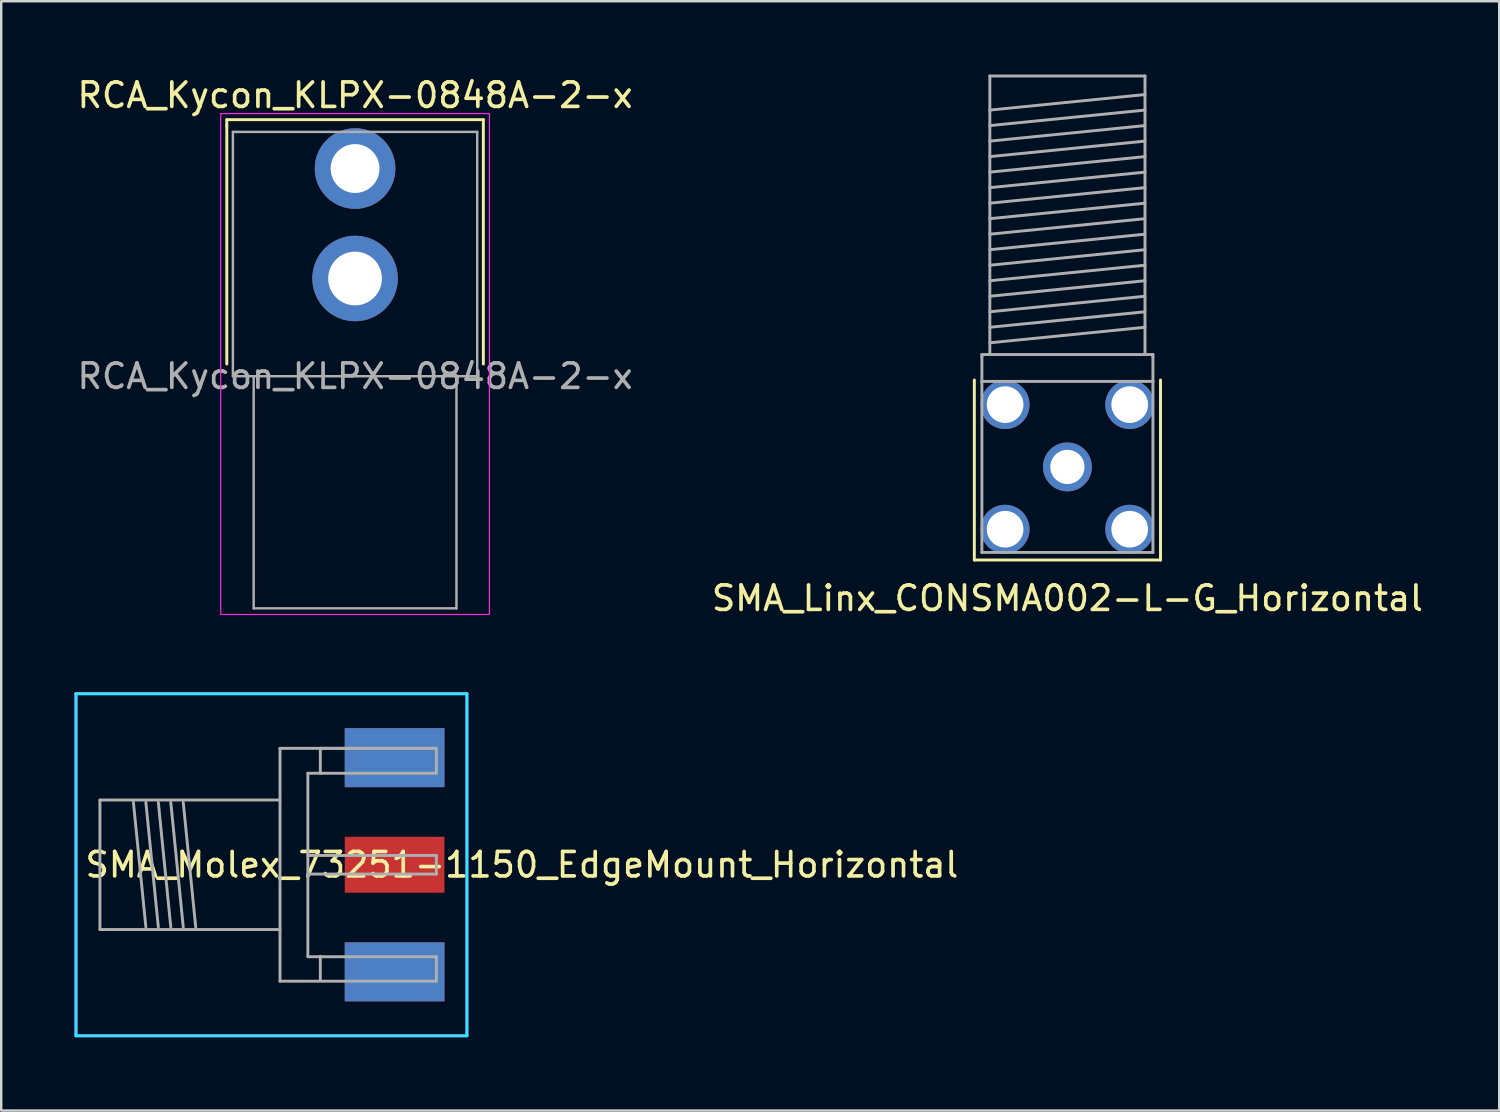
<source format=kicad_pcb>
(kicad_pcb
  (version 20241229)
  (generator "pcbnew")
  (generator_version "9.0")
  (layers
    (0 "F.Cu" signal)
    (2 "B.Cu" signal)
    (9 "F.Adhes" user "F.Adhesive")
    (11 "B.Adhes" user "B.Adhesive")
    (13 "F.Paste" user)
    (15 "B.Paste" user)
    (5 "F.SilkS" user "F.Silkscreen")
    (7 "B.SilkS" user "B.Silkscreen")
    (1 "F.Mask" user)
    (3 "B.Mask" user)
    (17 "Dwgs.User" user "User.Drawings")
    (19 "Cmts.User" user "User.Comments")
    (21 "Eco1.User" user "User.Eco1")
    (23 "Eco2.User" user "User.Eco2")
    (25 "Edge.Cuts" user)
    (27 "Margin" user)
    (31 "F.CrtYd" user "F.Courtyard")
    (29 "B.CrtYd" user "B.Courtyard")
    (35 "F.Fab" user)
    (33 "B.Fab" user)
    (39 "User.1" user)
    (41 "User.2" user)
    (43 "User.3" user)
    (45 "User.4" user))
  (footprint "SMA_Molex_73251-1150_EdgeMount_Horizontal"
    (layer "F.Cu")
    (at 10.06 32.343)
    (property "Reference" "SMA_Molex_73251-1150_EdgeMount_Horizontal" (at 8.25 0 0) (layer "F.SilkS") (effects (font (size 1 1) (thickness 0.15))))
    (attr smd)
    (fp_line (start -10 -7) (end 6 -7) (stroke (width 0.12) (type solid)) (layer "B.CrtYd"))
    (fp_line (start -10 7) (end -10 -7) (stroke (width 0.12) (type solid)) (layer "B.CrtYd"))
    (fp_line (start 6 -7) (end 6 7) (stroke (width 0.12) (type solid)) (layer "B.CrtYd"))
    (fp_line (start 6 7) (end -10 7) (stroke (width 0.12) (type solid)) (layer "B.CrtYd"))
    (fp_line (start -10 -7) (end -10 7) (stroke (width 0.12) (type solid)) (layer "F.CrtYd"))
    (fp_line (start -10 7) (end 6 7) (stroke (width 0.12) (type solid)) (layer "F.CrtYd"))
    (fp_line (start 6 -7) (end -10 -7) (stroke (width 0.12) (type solid)) (layer "F.CrtYd"))
    (fp_line (start 6 7) (end 6 -7) (stroke (width 0.12) (type solid)) (layer "F.CrtYd"))
    (fp_line (start -9.02 -2.65) (end -9.02 2.65) (stroke (width 0.12) (type solid)) (layer "F.Fab"))
    (fp_line (start -9.02 2.65) (end -1.65 2.65) (stroke (width 0.12) (type solid)) (layer "F.Fab"))
    (fp_line (start -7.14 2.55) (end -7.65 -2.55) (stroke (width 0.12) (type solid)) (layer "F.Fab"))
    (fp_line (start -6.63 2.55) (end -7.14 -2.55) (stroke (width 0.12) (type solid)) (layer "F.Fab"))
    (fp_line (start -6.12 2.55) (end -6.63 -2.55) (stroke (width 0.12) (type solid)) (layer "F.Fab"))
    (fp_line (start -5.61 2.55) (end -6.12 -2.55) (stroke (width 0.12) (type solid)) (layer "F.Fab"))
    (fp_line (start -5.1 2.55) (end -5.61 -2.55) (stroke (width 0.12) (type solid)) (layer "F.Fab"))
    (fp_line (start -1.65 -4.765) (end 4.75 -4.765) (stroke (width 0.12) (type solid)) (layer "F.Fab"))
    (fp_line (start -1.65 -2.65) (end -9.02 -2.65) (stroke (width 0.12) (type solid)) (layer "F.Fab"))
    (fp_line (start -1.65 4.765) (end -1.65 -4.765) (stroke (width 0.12) (type solid)) (layer "F.Fab"))
    (fp_line (start -1.65 4.765) (end 4.75 4.765) (stroke (width 0.12) (type solid)) (layer "F.Fab"))
    (fp_line (start -0.51 -0.38) (end 4.75 -0.38) (stroke (width 0.12) (type solid)) (layer "F.Fab"))
    (fp_line (start -0.51 0.38) (end 4.75 0.38) (stroke (width 0.12) (type solid)) (layer "F.Fab"))
    (fp_line (start -0.51 3.745) (end -0.51 -3.745) (stroke (width 0.12) (type solid)) (layer "F.Fab"))
    (fp_line (start -0.51 3.765) (end 4.75 3.765) (stroke (width 0.12) (type solid)) (layer "F.Fab"))
    (fp_line (start 0 -4.765) (end 0 -3.745) (stroke (width 0.12) (type solid)) (layer "F.Fab"))
    (fp_line (start 0 -4.765) (end 4.75 -4.765) (stroke (width 0.12) (type solid)) (layer "F.Fab"))
    (fp_line (start 0 4.75) (end 0 3.745) (stroke (width 0.12) (type solid)) (layer "F.Fab"))
    (fp_line (start 4.75 -4.765) (end 4.75 -3.745) (stroke (width 0.12) (type solid)) (layer "F.Fab"))
    (fp_line (start 4.75 -3.745) (end -0.51 -3.745) (stroke (width 0.12) (type solid)) (layer "F.Fab"))
    (fp_line (start 4.75 -0.38) (end 4.75 0.38) (stroke (width 0.12) (type solid)) (layer "F.Fab"))
    (fp_line (start 4.75 3.765) (end 4.75 4.765) (stroke (width 0.12) (type solid)) (layer "F.Fab"))
    (pad "1" smd rect (at 1 0) (size 4.08 2.29) (drill (offset 2.04 0)) (layers "F.Cu" "F.Mask" "F.Paste"))
    (pad "2" smd rect (at 1 -4.383) (size 4.08 2.415) (drill (offset 2.04 0)) (layers "F.Cu" "F.Mask" "F.Paste"))
    (pad "2" smd rect (at 1 -4.383) (size 4.08 2.415) (drill (offset 2.04 0)) (layers "F.Mask" "B.Cu" "F.Paste"))
    (pad "2" smd rect (at 1 4.383) (size 4.08 2.415) (drill (offset 2.04 0)) (layers "F.Cu" "F.Mask" "F.Paste"))
    (pad "2" smd rect (at 1 4.383) (size 4.08 2.415) (drill (offset 2.04 0)) (layers "F.Mask" "B.Cu" "F.Paste")))
  (footprint "SMA_Linx_CONSMA002-L-G_Horizontal"
    (layer "F.Cu")
    (at 40.637 16.06)
    (property "Reference" "SMA_Linx_CONSMA002-L-G_Horizontal" (at 0 5.375 0) (layer "F.SilkS") (effects (font (size 1 1) (thickness 0.15))))
    (fp_line (start -3.81 -3.556) (end -3.81 3.81) (stroke (width 0.12) (type solid)) (layer "F.SilkS"))
    (fp_line (start -3.81 3.81) (end 3.81 3.81) (stroke (width 0.12) (type solid)) (layer "F.SilkS"))
    (fp_line (start 3.81 3.81) (end 3.81 -3.556) (stroke (width 0.12) (type solid)) (layer "F.SilkS"))
    (fp_line (start -3.5 -4.6) (end -3.5 -4.5) (stroke (width 0.12) (type solid)) (layer "F.Fab"))
    (fp_line (start -3.5 -4.6) (end 3.5 -4.6) (stroke (width 0.12) (type solid)) (layer "F.Fab"))
    (fp_line (start -3.5 -3.5) (end -3.5 -4.5) (stroke (width 0.12) (type solid)) (layer "F.Fab"))
    (fp_line (start -3.5 -3.5) (end -3.5 3.5) (stroke (width 0.12) (type solid)) (layer "F.Fab"))
    (fp_line (start -3.5 3.5) (end 3.5 3.5) (stroke (width 0.12) (type solid)) (layer "F.Fab"))
    (fp_line (start -3.175 -16) (end 3.175 -16) (stroke (width 0.12) (type solid)) (layer "F.Fab"))
    (fp_line (start -3.175 -14.605) (end 3.175 -15.24) (stroke (width 0.12) (type solid)) (layer "F.Fab"))
    (fp_line (start -3.175 -13.97) (end 3.175 -14.605) (stroke (width 0.12) (type solid)) (layer "F.Fab"))
    (fp_line (start -3.175 -13.335) (end 3.175 -13.97) (stroke (width 0.12) (type solid)) (layer "F.Fab"))
    (fp_line (start -3.175 -12.7) (end 3.175 -13.335) (stroke (width 0.12) (type solid)) (layer "F.Fab"))
    (fp_line (start -3.175 -12.065) (end 3.175 -12.7) (stroke (width 0.12) (type solid)) (layer "F.Fab"))
    (fp_line (start -3.175 -11.43) (end 3.175 -12.065) (stroke (width 0.12) (type solid)) (layer "F.Fab"))
    (fp_line (start -3.175 -10.795) (end 3.175 -11.43) (stroke (width 0.12) (type solid)) (layer "F.Fab"))
    (fp_line (start -3.175 -10.16) (end 3.175 -10.795) (stroke (width 0.12) (type solid)) (layer "F.Fab"))
    (fp_line (start -3.175 -9.525) (end 3.175 -10.16) (stroke (width 0.12) (type solid)) (layer "F.Fab"))
    (fp_line (start -3.175 -8.89) (end 3.175 -9.525) (stroke (width 0.12) (type solid)) (layer "F.Fab"))
    (fp_line (start -3.175 -8.255) (end 3.175 -8.89) (stroke (width 0.12) (type solid)) (layer "F.Fab"))
    (fp_line (start -3.175 -7.62) (end 3.175 -8.255) (stroke (width 0.12) (type solid)) (layer "F.Fab"))
    (fp_line (start -3.175 -6.985) (end 3.175 -7.62) (stroke (width 0.12) (type solid)) (layer "F.Fab"))
    (fp_line (start -3.175 -6.35) (end 3.175 -6.985) (stroke (width 0.12) (type solid)) (layer "F.Fab"))
    (fp_line (start -3.175 -5.715) (end 3.175 -6.35) (stroke (width 0.12) (type solid)) (layer "F.Fab"))
    (fp_line (start -3.175 -5.08) (end 3.175 -5.715) (stroke (width 0.12) (type solid)) (layer "F.Fab"))
    (fp_line (start -3.175 -4.6) (end -3.175 -16) (stroke (width 0.12) (type solid)) (layer "F.Fab"))
    (fp_line (start 3.175 -16) (end 3.175 -4.6) (stroke (width 0.12) (type solid)) (layer "F.Fab"))
    (fp_line (start 3.5 -4.6) (end 3.5 -4.5) (stroke (width 0.12) (type solid)) (layer "F.Fab"))
    (fp_line (start 3.5 -4.5) (end 3.5 -3.5) (stroke (width 0.12) (type solid)) (layer "F.Fab"))
    (fp_line (start 3.5 -3.5) (end -3.5 -3.5) (stroke (width 0.12) (type solid)) (layer "F.Fab"))
    (fp_line (start 3.5 3.5) (end 3.5 -3.5) (stroke (width 0.12) (type solid)) (layer "F.Fab"))
    (pad "1" thru_hole circle (at 0 0) (size 2 2) (drill 1.4) (layers "*.Cu" "*.Mask"))
    (pad "2" thru_hole circle (at -2.55 -2.55) (size 2 2) (drill 1.5) (layers "*.Cu" "*.Mask"))
    (pad "2" thru_hole circle (at -2.55 2.55) (size 2 2) (drill 1.5) (layers "*.Cu" "*.Mask"))
    (pad "2" thru_hole circle (at 2.55 -2.55) (size 2 2) (drill 1.5) (layers "*.Cu" "*.Mask"))
    (pad "2" thru_hole circle (at 2.55 2.55) (size 2 2) (drill 1.5) (layers "*.Cu" "*.Mask")))
  (footprint "RCA_Kycon_KLPX-0848A-2-x"
    (layer "F.Cu")
    (at 11.482 12.348)
    (property "Reference" "RCA_Kycon_KLPX-0848A-2-x" (at 0 -11.5 0) (unlocked yes) (layer "F.SilkS") (effects (font (size 1 1) (thickness 0.15))))
    (attr through_hole)
    (fp_line (start -5.25 -10.5) (end 5.25 -10.5) (stroke (width 0.12) (type default)) (layer "F.SilkS"))
    (fp_line (start -5.25 -10.25) (end -5.25 -10.5) (stroke (width 0.12) (type default)) (layer "F.SilkS"))
    (fp_line (start -5.25 -0.5) (end -5.25 -10.25) (stroke (width 0.12) (type default)) (layer "F.SilkS"))
    (fp_line (start 5.25 -10.5) (end 5.25 -0.5) (stroke (width 0.12) (type default)) (layer "F.SilkS"))
    (fp_rect (start -5.5 -10.75) (end 5.5 9.75) (stroke (width 0.05) (type default)) (fill no) (layer "F.CrtYd"))
    (fp_line (start -5 -10) (end -5 0) (stroke (width 0.1) (type default)) (layer "F.Fab"))
    (fp_line (start -5 0) (end 5 0) (stroke (width 0.1) (type default)) (layer "F.Fab"))
    (fp_line (start -4.15 9.5) (end -4.15 0) (stroke (width 0.1) (type default)) (layer "F.Fab"))
    (fp_line (start -4.15 9.5) (end 4.15 9.5) (stroke (width 0.1) (type default)) (layer "F.Fab"))
    (fp_line (start 4.15 9.5) (end 4.15 0) (stroke (width 0.1) (type default)) (layer "F.Fab"))
    (fp_line (start 5 -10) (end -5 -10) (stroke (width 0.1) (type default)) (layer "F.Fab"))
    (fp_line (start 5 0) (end 5 -10) (stroke (width 0.1) (type default)) (layer "F.Fab"))
    (fp_text user "${REFERENCE}" (at 0 0 0) (unlocked yes) (layer "F.Fab") (effects (font (size 1 1) (thickness 0.15))))
    (pad "1" thru_hole circle (at 0 -4 90) (size 3.5 3.5) (drill 2.2) (layers "*.Cu" "*.Mask"))
    (pad "2" thru_hole circle (at 0 -8.5 90) (size 3.3 3.3) (drill 2) (layers "*.Cu" "*.Mask")))
  (gr_rect
    (start -3 -3)
    (end 58.31 42.403)
    (stroke (width 0.1) (type default))
    (fill no)
    (layer "Edge.Cuts")))
</source>
